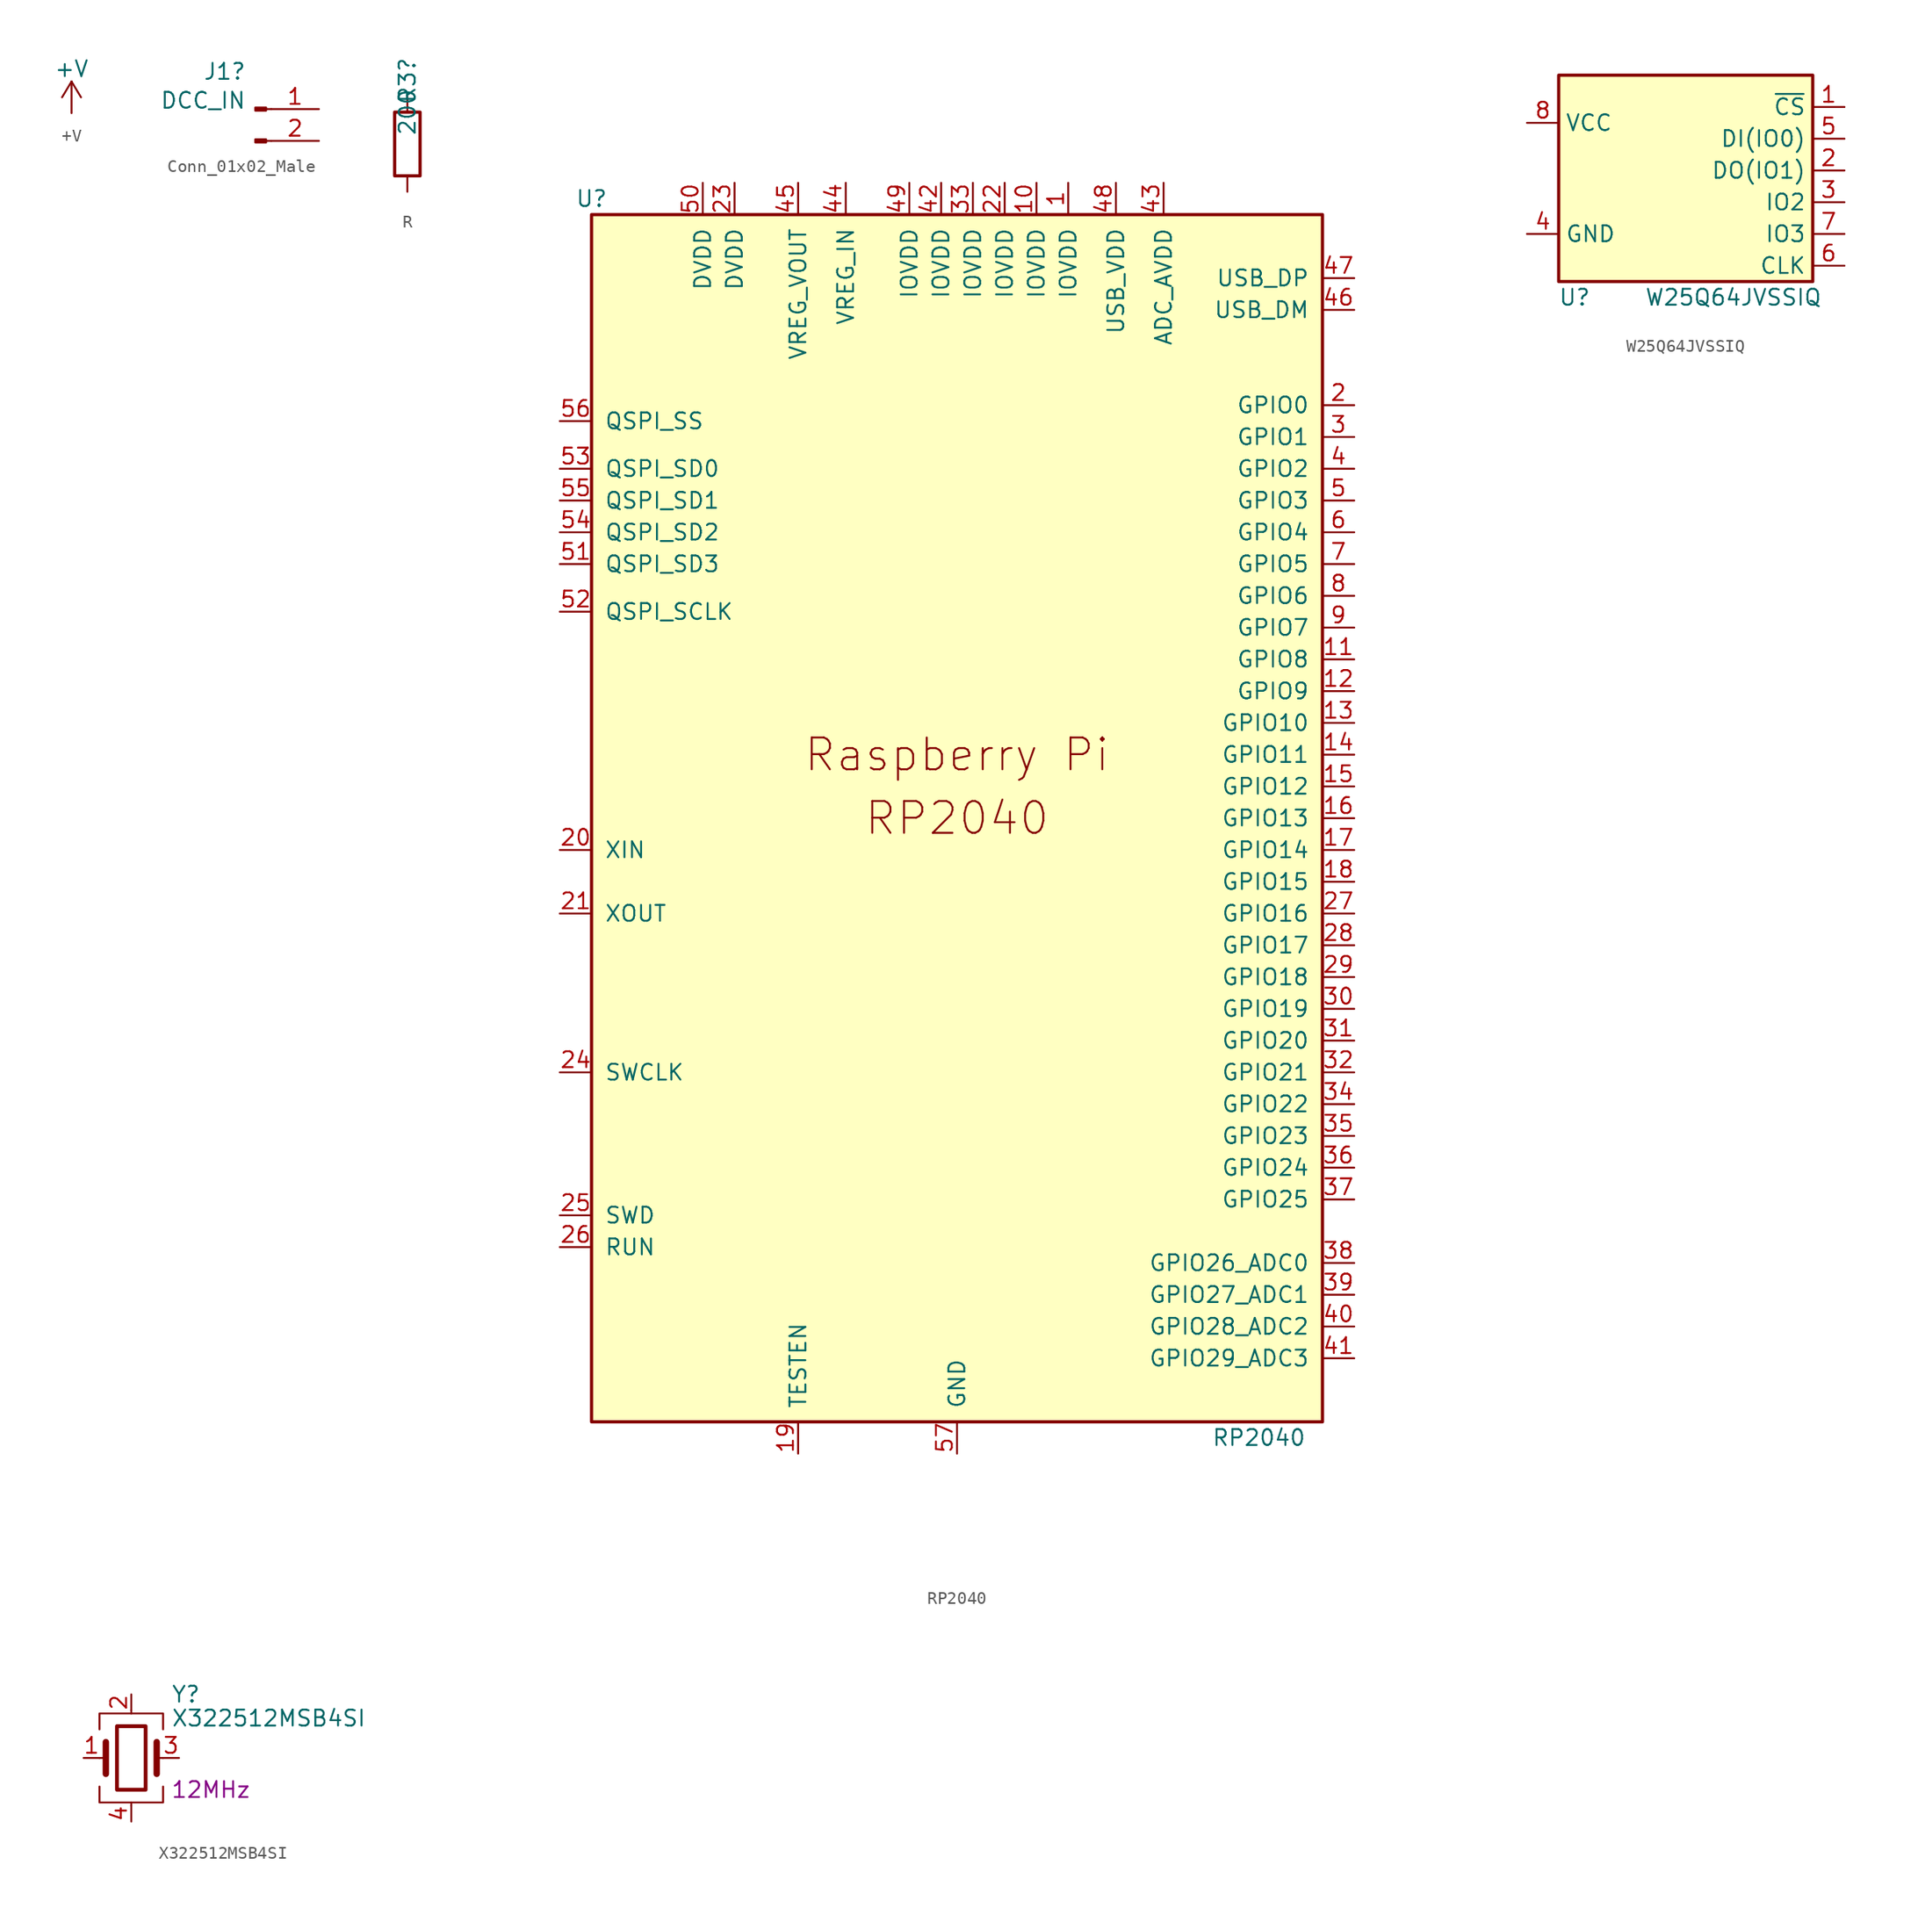
<source format=kicad_sym>
(kicad_symbol_lib
  (version 20211014)
  (generator kicad_symbol_editor)
  (symbol "+V"
    (power)
    (pin_names
      (offset 0))
    (property "Reference" "#PWR"
      (at 0 -3.81 0)
      (effects (font (size 1.27 1.27)) hide))
    (property "Value" "+V"
      (at 0 3.556 0)
      (effects (font (size 1.27 1.27))))
    (symbol "+V_0_1"
      (polyline (pts (xy -0.762 1.27) (xy 0 2.54)) (stroke (width 0) (type default) (color 0 0 0 0)) (fill (type none)))
      (polyline (pts (xy 0 0) (xy 0 2.54)) (stroke (width 0) (type default) (color 0 0 0 0)) (fill (type none)))
      (polyline (pts (xy 0 2.54) (xy 0.762 1.27)) (stroke (width 0) (type default) (color 0 0 0 0)) (fill (type none))))
    (symbol "+V_1_1"
      (pin power_in line (at 0 0 90) (length 0) hide (name "+V" (effects (font (size 1.27 1.27)))) (number "1" (effects (font (size 1.27 1.27)))))))
  (symbol "Conn_01x02_Male"
    (pin_names
      (offset 1.016) hide)
    (property "Reference" "J1"
      (at -0.711 2.997 0)
      (effects (font (size 1.27 1.27)) (justify right)))
    (property "Value" "DCC_IN"
      (at -0.711 0.686 0)
      (effects (font (size 1.27 1.27)) (justify right)))
    (symbol "Conn_01x02_Male_1_1"
      (polyline (pts (xy 1.27 -2.54) (xy 0.864 -2.54)) (stroke (width 0.152) (type default) (color 0 0 0 0)) (fill (type none)))
      (polyline (pts (xy 1.27 0) (xy 0.864 0)) (stroke (width 0.152) (type default) (color 0 0 0 0)) (fill (type none)))
      (rectangle (start 0.864 -2.413) (end 0 -2.667) (stroke (width 0.152) (type default) (color 0 0 0 0)) (fill (type outline)))
      (rectangle (start 0.864 0.127) (end 0 -0.127) (stroke (width 0.152) (type default) (color 0 0 0 0)) (fill (type outline)))
      (pin power_out line (at 5.08 0 180) (length 3.81) (name "Pin_1" (effects (font (size 1.27 1.27)))) (number "1" (effects (font (size 1.27 1.27)))))
      (pin power_out line (at 5.08 -2.54 180) (length 3.81) (name "Pin_2" (effects (font (size 1.27 1.27)))) (number "2" (effects (font (size 1.27 1.27)))))))
  (symbol "R"
    (pin_numbers hide)
    (pin_names
      (offset 0))
    (property "Reference" "R3"
      (at 0 5.08 90)
      (effects (font (size 1.27 1.27))))
    (property "Value" "200"
      (at 0 2.54 90)
      (effects (font (size 1.27 1.27))))
    (symbol "R_0_1"
      (rectangle (start -1.016 -2.54) (end 1.016 2.54) (stroke (width 0.254) (type default) (color 0 0 0 0)) (fill (type none))))
    (symbol "R_1_1"
      (pin passive line (at 0 3.81 270) (length 1.27) (name "~" (effects (font (size 1.27 1.27)))) (number "1" (effects (font (size 1.27 1.27)))))
      (pin power_out line (at 0 -3.81 90) (length 1.27) (name "~" (effects (font (size 1.27 1.27)))) (number "2" (effects (font (size 1.27 1.27)))))))
  (symbol "RP2040"
    (pin_names
      (offset 1.016))
    (property "Reference" "U"
      (at -29.21 49.53 0)
      (effects (font (size 1.27 1.27))))
    (property "Value" "RP2040"
      (at 24.13 -49.53 0)
      (effects (font (size 1.27 1.27))))
    (symbol "RP2040_0_0"
      (text "Raspberry Pi" (at 0 5.08 0) (effects (font (size 2.54 2.54))))
      (text "RP2040" (at 0 0 0) (effects (font (size 2.54 2.54)))))
    (symbol "RP2040_0_1"
      (rectangle (start 29.21 48.26) (end -29.21 -48.26) (stroke (width 0.254) (type default) (color 0 0 0 0)) (fill (type background))))
    (symbol "RP2040_1_1"
      (pin power_in line (at 8.89 50.8 270) (length 2.54) (name "IOVDD" (effects (font (size 1.27 1.27)))) (number "1" (effects (font (size 1.27 1.27)))))
      (pin power_in line (at 6.35 50.8 270) (length 2.54) (name "IOVDD" (effects (font (size 1.27 1.27)))) (number "10" (effects (font (size 1.27 1.27)))))
      (pin bidirectional line (at 31.75 12.7 180) (length 2.54) (name "GPIO8" (effects (font (size 1.27 1.27)))) (number "11" (effects (font (size 1.27 1.27)))))
      (pin bidirectional line (at 31.75 10.16 180) (length 2.54) (name "GPIO9" (effects (font (size 1.27 1.27)))) (number "12" (effects (font (size 1.27 1.27)))))
      (pin bidirectional line (at 31.75 7.62 180) (length 2.54) (name "GPIO10" (effects (font (size 1.27 1.27)))) (number "13" (effects (font (size 1.27 1.27)))))
      (pin bidirectional line (at 31.75 5.08 180) (length 2.54) (name "GPIO11" (effects (font (size 1.27 1.27)))) (number "14" (effects (font (size 1.27 1.27)))))
      (pin bidirectional line (at 31.75 2.54 180) (length 2.54) (name "GPIO12" (effects (font (size 1.27 1.27)))) (number "15" (effects (font (size 1.27 1.27)))))
      (pin bidirectional line (at 31.75 0 180) (length 2.54) (name "GPIO13" (effects (font (size 1.27 1.27)))) (number "16" (effects (font (size 1.27 1.27)))))
      (pin bidirectional line (at 31.75 -2.54 180) (length 2.54) (name "GPIO14" (effects (font (size 1.27 1.27)))) (number "17" (effects (font (size 1.27 1.27)))))
      (pin bidirectional line (at 31.75 -5.08 180) (length 2.54) (name "GPIO15" (effects (font (size 1.27 1.27)))) (number "18" (effects (font (size 1.27 1.27)))))
      (pin passive line (at -12.7 -50.8 90) (length 2.54) (name "TESTEN" (effects (font (size 1.27 1.27)))) (number "19" (effects (font (size 1.27 1.27)))))
      (pin bidirectional line (at 31.75 33.02 180) (length 2.54) (name "GPIO0" (effects (font (size 1.27 1.27)))) (number "2" (effects (font (size 1.27 1.27)))))
      (pin input line (at -31.75 -2.54 0) (length 2.54) (name "XIN" (effects (font (size 1.27 1.27)))) (number "20" (effects (font (size 1.27 1.27)))))
      (pin passive line (at -31.75 -7.62 0) (length 2.54) (name "XOUT" (effects (font (size 1.27 1.27)))) (number "21" (effects (font (size 1.27 1.27)))))
      (pin power_in line (at 3.81 50.8 270) (length 2.54) (name "IOVDD" (effects (font (size 1.27 1.27)))) (number "22" (effects (font (size 1.27 1.27)))))
      (pin power_in line (at -17.78 50.8 270) (length 2.54) (name "DVDD" (effects (font (size 1.27 1.27)))) (number "23" (effects (font (size 1.27 1.27)))))
      (pin output line (at -31.75 -20.32 0) (length 2.54) (name "SWCLK" (effects (font (size 1.27 1.27)))) (number "24" (effects (font (size 1.27 1.27)))))
      (pin bidirectional line (at -31.75 -31.75 0) (length 2.54) (name "SWD" (effects (font (size 1.27 1.27)))) (number "25" (effects (font (size 1.27 1.27)))))
      (pin input line (at -31.75 -34.29 0) (length 2.54) (name "RUN" (effects (font (size 1.27 1.27)))) (number "26" (effects (font (size 1.27 1.27)))))
      (pin bidirectional line (at 31.75 -7.62 180) (length 2.54) (name "GPIO16" (effects (font (size 1.27 1.27)))) (number "27" (effects (font (size 1.27 1.27)))))
      (pin bidirectional line (at 31.75 -10.16 180) (length 2.54) (name "GPIO17" (effects (font (size 1.27 1.27)))) (number "28" (effects (font (size 1.27 1.27)))))
      (pin bidirectional line (at 31.75 -12.7 180) (length 2.54) (name "GPIO18" (effects (font (size 1.27 1.27)))) (number "29" (effects (font (size 1.27 1.27)))))
      (pin bidirectional line (at 31.75 30.48 180) (length 2.54) (name "GPIO1" (effects (font (size 1.27 1.27)))) (number "3" (effects (font (size 1.27 1.27)))))
      (pin bidirectional line (at 31.75 -15.24 180) (length 2.54) (name "GPIO19" (effects (font (size 1.27 1.27)))) (number "30" (effects (font (size 1.27 1.27)))))
      (pin bidirectional line (at 31.75 -17.78 180) (length 2.54) (name "GPIO20" (effects (font (size 1.27 1.27)))) (number "31" (effects (font (size 1.27 1.27)))))
      (pin bidirectional line (at 31.75 -20.32 180) (length 2.54) (name "GPIO21" (effects (font (size 1.27 1.27)))) (number "32" (effects (font (size 1.27 1.27)))))
      (pin power_in line (at 1.27 50.8 270) (length 2.54) (name "IOVDD" (effects (font (size 1.27 1.27)))) (number "33" (effects (font (size 1.27 1.27)))))
      (pin bidirectional line (at 31.75 -22.86 180) (length 2.54) (name "GPIO22" (effects (font (size 1.27 1.27)))) (number "34" (effects (font (size 1.27 1.27)))))
      (pin bidirectional line (at 31.75 -25.4 180) (length 2.54) (name "GPIO23" (effects (font (size 1.27 1.27)))) (number "35" (effects (font (size 1.27 1.27)))))
      (pin bidirectional line (at 31.75 -27.94 180) (length 2.54) (name "GPIO24" (effects (font (size 1.27 1.27)))) (number "36" (effects (font (size 1.27 1.27)))))
      (pin bidirectional line (at 31.75 -30.48 180) (length 2.54) (name "GPIO25" (effects (font (size 1.27 1.27)))) (number "37" (effects (font (size 1.27 1.27)))))
      (pin bidirectional line (at 31.75 -35.56 180) (length 2.54) (name "GPIO26_ADC0" (effects (font (size 1.27 1.27)))) (number "38" (effects (font (size 1.27 1.27)))))
      (pin bidirectional line (at 31.75 -38.1 180) (length 2.54) (name "GPIO27_ADC1" (effects (font (size 1.27 1.27)))) (number "39" (effects (font (size 1.27 1.27)))))
      (pin bidirectional line (at 31.75 27.94 180) (length 2.54) (name "GPIO2" (effects (font (size 1.27 1.27)))) (number "4" (effects (font (size 1.27 1.27)))))
      (pin bidirectional line (at 31.75 -40.64 180) (length 2.54) (name "GPIO28_ADC2" (effects (font (size 1.27 1.27)))) (number "40" (effects (font (size 1.27 1.27)))))
      (pin bidirectional line (at 31.75 -43.18 180) (length 2.54) (name "GPIO29_ADC3" (effects (font (size 1.27 1.27)))) (number "41" (effects (font (size 1.27 1.27)))))
      (pin power_in line (at -1.27 50.8 270) (length 2.54) (name "IOVDD" (effects (font (size 1.27 1.27)))) (number "42" (effects (font (size 1.27 1.27)))))
      (pin power_in line (at 16.51 50.8 270) (length 2.54) (name "ADC_AVDD" (effects (font (size 1.27 1.27)))) (number "43" (effects (font (size 1.27 1.27)))))
      (pin power_in line (at -8.89 50.8 270) (length 2.54) (name "VREG_IN" (effects (font (size 1.27 1.27)))) (number "44" (effects (font (size 1.27 1.27)))))
      (pin power_out line (at -12.7 50.8 270) (length 2.54) (name "VREG_VOUT" (effects (font (size 1.27 1.27)))) (number "45" (effects (font (size 1.27 1.27)))))
      (pin bidirectional line (at 31.75 40.64 180) (length 2.54) (name "USB_DM" (effects (font (size 1.27 1.27)))) (number "46" (effects (font (size 1.27 1.27)))))
      (pin bidirectional line (at 31.75 43.18 180) (length 2.54) (name "USB_DP" (effects (font (size 1.27 1.27)))) (number "47" (effects (font (size 1.27 1.27)))))
      (pin power_in line (at 12.7 50.8 270) (length 2.54) (name "USB_VDD" (effects (font (size 1.27 1.27)))) (number "48" (effects (font (size 1.27 1.27)))))
      (pin power_in line (at -3.81 50.8 270) (length 2.54) (name "IOVDD" (effects (font (size 1.27 1.27)))) (number "49" (effects (font (size 1.27 1.27)))))
      (pin bidirectional line (at 31.75 25.4 180) (length 2.54) (name "GPIO3" (effects (font (size 1.27 1.27)))) (number "5" (effects (font (size 1.27 1.27)))))
      (pin power_in line (at -20.32 50.8 270) (length 2.54) (name "DVDD" (effects (font (size 1.27 1.27)))) (number "50" (effects (font (size 1.27 1.27)))))
      (pin bidirectional line (at -31.75 20.32 0) (length 2.54) (name "QSPI_SD3" (effects (font (size 1.27 1.27)))) (number "51" (effects (font (size 1.27 1.27)))))
      (pin output line (at -31.75 16.51 0) (length 2.54) (name "QSPI_SCLK" (effects (font (size 1.27 1.27)))) (number "52" (effects (font (size 1.27 1.27)))))
      (pin bidirectional line (at -31.75 27.94 0) (length 2.54) (name "QSPI_SD0" (effects (font (size 1.27 1.27)))) (number "53" (effects (font (size 1.27 1.27)))))
      (pin bidirectional line (at -31.75 22.86 0) (length 2.54) (name "QSPI_SD2" (effects (font (size 1.27 1.27)))) (number "54" (effects (font (size 1.27 1.27)))))
      (pin bidirectional line (at -31.75 25.4 0) (length 2.54) (name "QSPI_SD1" (effects (font (size 1.27 1.27)))) (number "55" (effects (font (size 1.27 1.27)))))
      (pin bidirectional line (at -31.75 31.75 0) (length 2.54) (name "QSPI_SS" (effects (font (size 1.27 1.27)))) (number "56" (effects (font (size 1.27 1.27)))))
      (pin power_in line (at 0 -50.8 90) (length 2.54) (name "GND" (effects (font (size 1.27 1.27)))) (number "57" (effects (font (size 1.27 1.27)))))
      (pin bidirectional line (at 31.75 22.86 180) (length 2.54) (name "GPIO4" (effects (font (size 1.27 1.27)))) (number "6" (effects (font (size 1.27 1.27)))))
      (pin bidirectional line (at 31.75 20.32 180) (length 2.54) (name "GPIO5" (effects (font (size 1.27 1.27)))) (number "7" (effects (font (size 1.27 1.27)))))
      (pin bidirectional line (at 31.75 17.78 180) (length 2.54) (name "GPIO6" (effects (font (size 1.27 1.27)))) (number "8" (effects (font (size 1.27 1.27)))))
      (pin bidirectional line (at 31.75 15.24 180) (length 2.54) (name "GPIO7" (effects (font (size 1.27 1.27)))) (number "9" (effects (font (size 1.27 1.27)))))))
  (symbol "W25Q64JVSSIQ"
    (property "Reference" "U"
      (at -8.89 -10.16 0)
      (effects (font (size 1.27 1.27))))
    (property "Value" "W25Q64JVSSIQ"
      (at 3.81 -10.16 0)
      (effects (font (size 1.27 1.27))))
    (symbol "W25Q64JVSSIQ_0_1"
      (rectangle (start -10.16 7.62) (end 10.16 -8.89) (stroke (width 0.254) (type default) (color 0 0 0 0)) (fill (type background))))
    (symbol "W25Q64JVSSIQ_1_1"
      (pin input line (at 12.7 5.08 180) (length 2.54) (name "~{CS}" (effects (font (size 1.27 1.27)))) (number "1" (effects (font (size 1.27 1.27)))))
      (pin bidirectional line (at 12.7 0 180) (length 2.54) (name "DO(IO1)" (effects (font (size 1.27 1.27)))) (number "2" (effects (font (size 1.27 1.27)))))
      (pin bidirectional line (at 12.7 -2.54 180) (length 2.54) (name "IO2" (effects (font (size 1.27 1.27)))) (number "3" (effects (font (size 1.27 1.27)))))
      (pin power_in line (at -12.7 -5.08 0) (length 2.54) (name "GND" (effects (font (size 1.27 1.27)))) (number "4" (effects (font (size 1.27 1.27)))))
      (pin bidirectional line (at 12.7 2.54 180) (length 2.54) (name "DI(IO0)" (effects (font (size 1.27 1.27)))) (number "5" (effects (font (size 1.27 1.27)))))
      (pin input line (at 12.7 -7.62 180) (length 2.54) (name "CLK" (effects (font (size 1.27 1.27)))) (number "6" (effects (font (size 1.27 1.27)))))
      (pin bidirectional line (at 12.7 -5.08 180) (length 2.54) (name "IO3" (effects (font (size 1.27 1.27)))) (number "7" (effects (font (size 1.27 1.27)))))
      (pin power_in line (at -12.7 3.81 0) (length 2.54) (name "VCC" (effects (font (size 1.27 1.27)))) (number "8" (effects (font (size 1.27 1.27)))))))
  (symbol "X322512MSB4SI"
    (pin_names
      (offset 1.016) hide)
    (property "Reference" "Y"
      (at 3.175 5.08 0)
      (effects (font (size 1.27 1.27)) (justify left)))
    (property "Value" "X322512MSB4SI"
      (at 3.175 3.175 0)
      (effects (font (size 1.27 1.27)) (justify left)))
    (property "Frequency" "12MHz"
      (at 6.35 -2.54 0)
      (effects (font (size 1.27 1.27))))
    (symbol "X322512MSB4SI_0_1"
      (rectangle (start -1.143 2.54) (end 1.143 -2.54) (stroke (width 0.305) (type default) (color 0 0 0 0)) (fill (type none)))
      (polyline (pts (xy -2.54 0) (xy -2.032 0)) (stroke (width 0) (type default) (color 0 0 0 0)) (fill (type none)))
      (polyline (pts (xy -2.032 -1.27) (xy -2.032 1.27)) (stroke (width 0.508) (type default) (color 0 0 0 0)) (fill (type none)))
      (polyline (pts (xy 0 -3.81) (xy 0 -3.556)) (stroke (width 0) (type default) (color 0 0 0 0)) (fill (type none)))
      (polyline (pts (xy 0 3.556) (xy 0 3.81)) (stroke (width 0) (type default) (color 0 0 0 0)) (fill (type none)))
      (polyline (pts (xy 2.032 -1.27) (xy 2.032 1.27)) (stroke (width 0.508) (type default) (color 0 0 0 0)) (fill (type none)))
      (polyline (pts (xy 2.032 0) (xy 2.54 0)) (stroke (width 0) (type default) (color 0 0 0 0)) (fill (type none)))
      (polyline (pts (xy -2.54 -2.286) (xy -2.54 -3.556) (xy 2.54 -3.556) (xy 2.54 -2.286)) (stroke (width 0) (type default) (color 0 0 0 0)) (fill (type none)))
      (polyline (pts (xy -2.54 2.286) (xy -2.54 3.556) (xy 2.54 3.556) (xy 2.54 2.286)) (stroke (width 0) (type default) (color 0 0 0 0)) (fill (type none))))
    (symbol "X322512MSB4SI_1_1"
      (pin passive line (at -3.81 0 0) (length 1.27) (name "1" (effects (font (size 1.27 1.27)))) (number "1" (effects (font (size 1.27 1.27)))))
      (pin passive line (at 0 5.08 270) (length 1.27) (name "2" (effects (font (size 1.27 1.27)))) (number "2" (effects (font (size 1.27 1.27)))))
      (pin passive line (at 3.81 0 180) (length 1.27) (name "3" (effects (font (size 1.27 1.27)))) (number "3" (effects (font (size 1.27 1.27)))))
      (pin passive line (at 0 -5.08 90) (length 1.27) (name "4" (effects (font (size 1.27 1.27)))) (number "4" (effects (font (size 1.27 1.27))))))))
</source>
